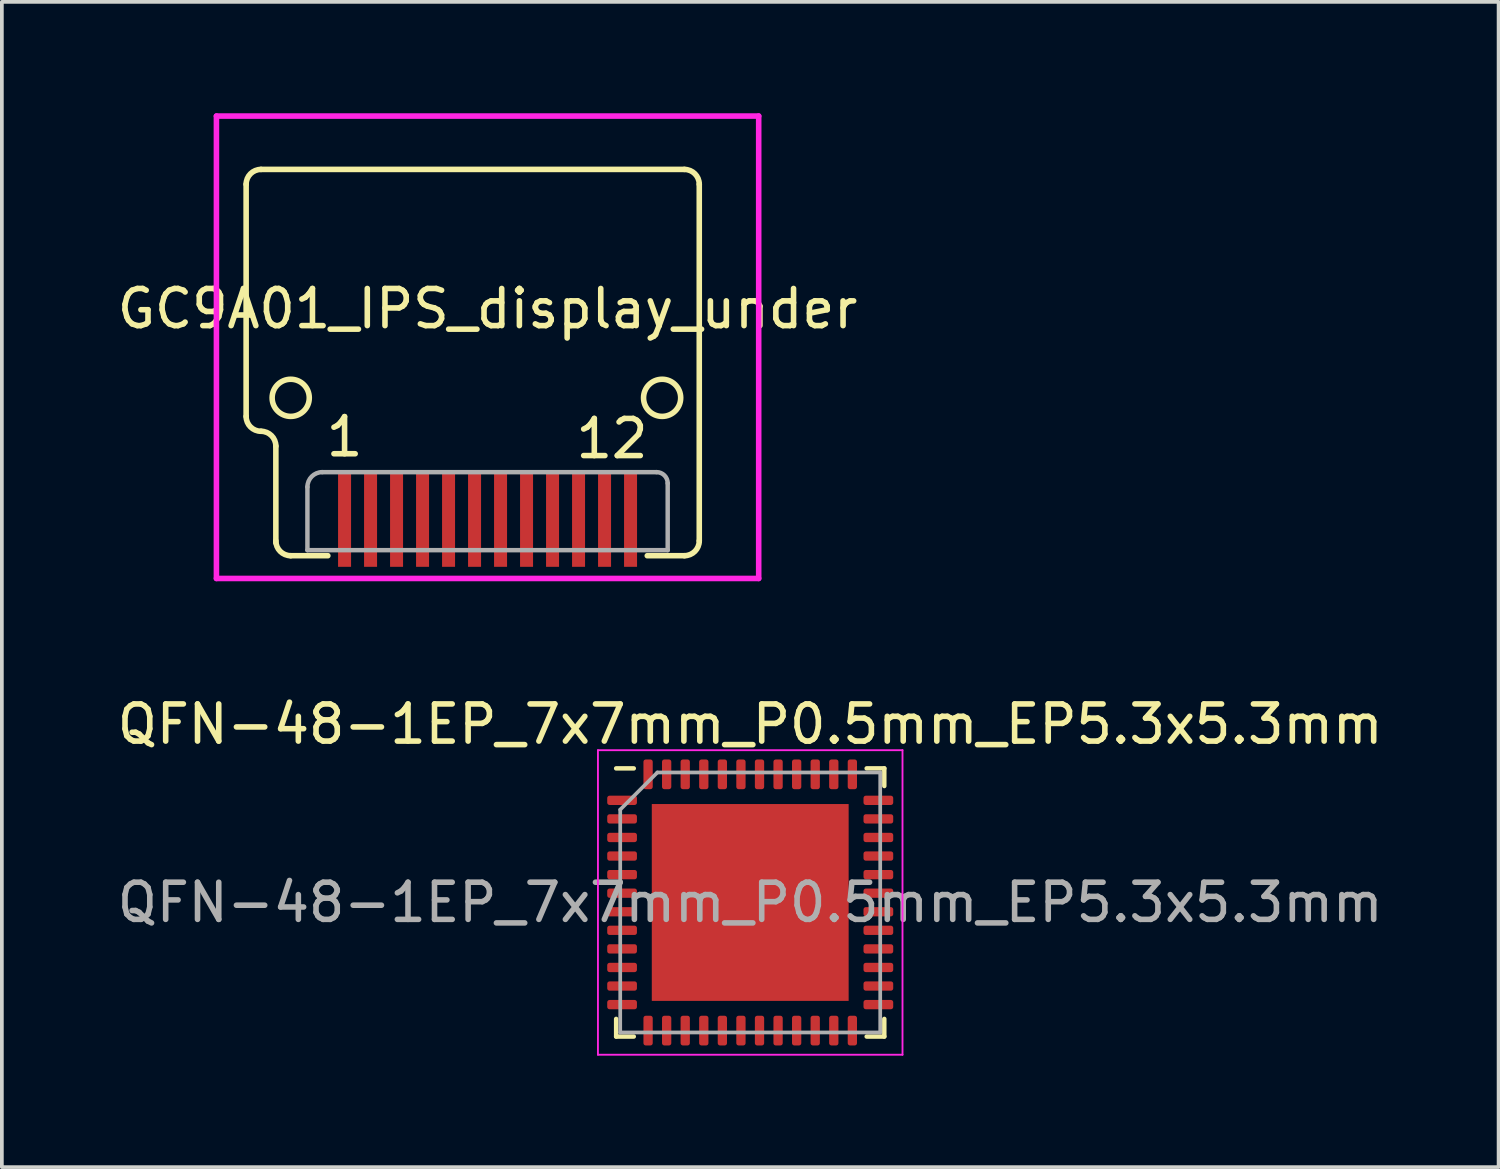
<source format=kicad_pcb>
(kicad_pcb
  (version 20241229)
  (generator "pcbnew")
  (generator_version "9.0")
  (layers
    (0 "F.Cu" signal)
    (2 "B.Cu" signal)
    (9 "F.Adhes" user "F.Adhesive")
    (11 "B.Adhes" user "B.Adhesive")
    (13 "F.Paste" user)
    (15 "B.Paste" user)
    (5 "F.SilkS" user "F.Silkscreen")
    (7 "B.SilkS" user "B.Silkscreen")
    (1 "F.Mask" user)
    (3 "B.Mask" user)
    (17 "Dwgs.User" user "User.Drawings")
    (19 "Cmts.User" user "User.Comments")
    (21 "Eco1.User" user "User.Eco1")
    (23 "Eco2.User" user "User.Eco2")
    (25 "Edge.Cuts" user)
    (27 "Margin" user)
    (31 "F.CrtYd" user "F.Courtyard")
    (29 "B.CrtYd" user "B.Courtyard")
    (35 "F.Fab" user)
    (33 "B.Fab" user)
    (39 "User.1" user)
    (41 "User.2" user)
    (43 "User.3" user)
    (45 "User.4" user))
  (footprint "QFN-48-1EP_7x7mm_P0.5mm_EP5.3x5.3mm"
    (layer "F.Cu")
    (at 17.149 21.248)
    (property "Reference" "QFN-48-1EP_7x7mm_P0.5mm_EP5.3x5.3mm" (at 0 -4.8 0) (layer "F.SilkS") (effects (font (size 1 1) (thickness 0.15))))
    (attr smd)
    (fp_line (start -3.61 3.61) (end -3.61 3.135) (stroke (width 0.12) (type solid)) (layer "F.SilkS"))
    (fp_line (start -3.135 -3.61) (end -3.61 -3.61) (stroke (width 0.12) (type solid)) (layer "F.SilkS"))
    (fp_line (start -3.135 3.61) (end -3.61 3.61) (stroke (width 0.12) (type solid)) (layer "F.SilkS"))
    (fp_line (start 3.135 -3.61) (end 3.61 -3.61) (stroke (width 0.12) (type solid)) (layer "F.SilkS"))
    (fp_line (start 3.135 3.61) (end 3.61 3.61) (stroke (width 0.12) (type solid)) (layer "F.SilkS"))
    (fp_line (start 3.61 -3.61) (end 3.61 -3.135) (stroke (width 0.12) (type solid)) (layer "F.SilkS"))
    (fp_line (start 3.61 3.61) (end 3.61 3.135) (stroke (width 0.12) (type solid)) (layer "F.SilkS"))
    (fp_line (start -4.1 -4.1) (end -4.1 4.1) (stroke (width 0.05) (type solid)) (layer "F.CrtYd"))
    (fp_line (start -4.1 4.1) (end 4.1 4.1) (stroke (width 0.05) (type solid)) (layer "F.CrtYd"))
    (fp_line (start 4.1 -4.1) (end -4.1 -4.1) (stroke (width 0.05) (type solid)) (layer "F.CrtYd"))
    (fp_line (start 4.1 4.1) (end 4.1 -4.1) (stroke (width 0.05) (type solid)) (layer "F.CrtYd"))
    (fp_line (start -3.5 -2.5) (end -2.5 -3.5) (stroke (width 0.1) (type solid)) (layer "F.Fab"))
    (fp_line (start -3.5 3.5) (end -3.5 -2.5) (stroke (width 0.1) (type solid)) (layer "F.Fab"))
    (fp_line (start -2.5 -3.5) (end 3.5 -3.5) (stroke (width 0.1) (type solid)) (layer "F.Fab"))
    (fp_line (start 3.5 -3.5) (end 3.5 3.5) (stroke (width 0.1) (type solid)) (layer "F.Fab"))
    (fp_line (start 3.5 3.5) (end -3.5 3.5) (stroke (width 0.1) (type solid)) (layer "F.Fab"))
    (fp_text user "${REFERENCE}" (at 0 0 0) (layer "F.Fab") (effects (font (size 1 1) (thickness 0.15))))
    (pad "" smd roundrect (at -1.98 -1.98) (size 1.07 1.07) (layers "F.Paste") (roundrect_rratio 0.234))
    (pad "" smd roundrect (at -1.98 -0.66) (size 1.07 1.07) (layers "F.Paste") (roundrect_rratio 0.234))
    (pad "" smd roundrect (at -1.98 0.66) (size 1.07 1.07) (layers "F.Paste") (roundrect_rratio 0.234))
    (pad "" smd roundrect (at -1.98 1.98) (size 1.07 1.07) (layers "F.Paste") (roundrect_rratio 0.234))
    (pad "" smd roundrect (at -0.66 -1.98) (size 1.07 1.07) (layers "F.Paste") (roundrect_rratio 0.234))
    (pad "" smd roundrect (at -0.66 -0.66) (size 1.07 1.07) (layers "F.Paste") (roundrect_rratio 0.234))
    (pad "" smd roundrect (at -0.66 0.66) (size 1.07 1.07) (layers "F.Paste") (roundrect_rratio 0.234))
    (pad "" smd roundrect (at -0.66 1.98) (size 1.07 1.07) (layers "F.Paste") (roundrect_rratio 0.234))
    (pad "" smd roundrect (at 0.66 -1.98) (size 1.07 1.07) (layers "F.Paste") (roundrect_rratio 0.234))
    (pad "" smd roundrect (at 0.66 -0.66) (size 1.07 1.07) (layers "F.Paste") (roundrect_rratio 0.234))
    (pad "" smd roundrect (at 0.66 0.66) (size 1.07 1.07) (layers "F.Paste") (roundrect_rratio 0.234))
    (pad "" smd roundrect (at 0.66 1.98) (size 1.07 1.07) (layers "F.Paste") (roundrect_rratio 0.234))
    (pad "" smd roundrect (at 1.98 -1.98) (size 1.07 1.07) (layers "F.Paste") (roundrect_rratio 0.234))
    (pad "" smd roundrect (at 1.98 -0.66) (size 1.07 1.07) (layers "F.Paste") (roundrect_rratio 0.234))
    (pad "" smd roundrect (at 1.98 0.66) (size 1.07 1.07) (layers "F.Paste") (roundrect_rratio 0.234))
    (pad "" smd roundrect (at 1.98 1.98) (size 1.07 1.07) (layers "F.Paste") (roundrect_rratio 0.234))
    (pad "1" smd roundrect (at -3.45 -2.75) (size 0.8 0.25) (layers "F.Cu" "F.Mask" "F.Paste") (roundrect_rratio 0.25))
    (pad "2" smd roundrect (at -3.45 -2.25) (size 0.8 0.25) (layers "F.Cu" "F.Mask" "F.Paste") (roundrect_rratio 0.25))
    (pad "3" smd roundrect (at -3.45 -1.75) (size 0.8 0.25) (layers "F.Cu" "F.Mask" "F.Paste") (roundrect_rratio 0.25))
    (pad "4" smd roundrect (at -3.45 -1.25) (size 0.8 0.25) (layers "F.Cu" "F.Mask" "F.Paste") (roundrect_rratio 0.25))
    (pad "5" smd roundrect (at -3.45 -0.75) (size 0.8 0.25) (layers "F.Cu" "F.Mask" "F.Paste") (roundrect_rratio 0.25))
    (pad "6" smd roundrect (at -3.45 -0.25) (size 0.8 0.25) (layers "F.Cu" "F.Mask" "F.Paste") (roundrect_rratio 0.25))
    (pad "7" smd roundrect (at -3.45 0.25) (size 0.8 0.25) (layers "F.Cu" "F.Mask" "F.Paste") (roundrect_rratio 0.25))
    (pad "8" smd roundrect (at -3.45 0.75) (size 0.8 0.25) (layers "F.Cu" "F.Mask" "F.Paste") (roundrect_rratio 0.25))
    (pad "9" smd roundrect (at -3.45 1.25) (size 0.8 0.25) (layers "F.Cu" "F.Mask" "F.Paste") (roundrect_rratio 0.25))
    (pad "10" smd roundrect (at -3.45 1.75) (size 0.8 0.25) (layers "F.Cu" "F.Mask" "F.Paste") (roundrect_rratio 0.25))
    (pad "11" smd roundrect (at -3.45 2.25) (size 0.8 0.25) (layers "F.Cu" "F.Mask" "F.Paste") (roundrect_rratio 0.25))
    (pad "12" smd roundrect (at -3.45 2.75) (size 0.8 0.25) (layers "F.Cu" "F.Mask" "F.Paste") (roundrect_rratio 0.25))
    (pad "13" smd roundrect (at -2.75 3.45) (size 0.25 0.8) (layers "F.Cu" "F.Mask" "F.Paste") (roundrect_rratio 0.25))
    (pad "14" smd roundrect (at -2.25 3.45) (size 0.25 0.8) (layers "F.Cu" "F.Mask" "F.Paste") (roundrect_rratio 0.25))
    (pad "15" smd roundrect (at -1.75 3.45) (size 0.25 0.8) (layers "F.Cu" "F.Mask" "F.Paste") (roundrect_rratio 0.25))
    (pad "16" smd roundrect (at -1.25 3.45) (size 0.25 0.8) (layers "F.Cu" "F.Mask" "F.Paste") (roundrect_rratio 0.25))
    (pad "17" smd roundrect (at -0.75 3.45) (size 0.25 0.8) (layers "F.Cu" "F.Mask" "F.Paste") (roundrect_rratio 0.25))
    (pad "18" smd roundrect (at -0.25 3.45) (size 0.25 0.8) (layers "F.Cu" "F.Mask" "F.Paste") (roundrect_rratio 0.25))
    (pad "19" smd roundrect (at 0.25 3.45) (size 0.25 0.8) (layers "F.Cu" "F.Mask" "F.Paste") (roundrect_rratio 0.25))
    (pad "20" smd roundrect (at 0.75 3.45) (size 0.25 0.8) (layers "F.Cu" "F.Mask" "F.Paste") (roundrect_rratio 0.25))
    (pad "21" smd roundrect (at 1.25 3.45) (size 0.25 0.8) (layers "F.Cu" "F.Mask" "F.Paste") (roundrect_rratio 0.25))
    (pad "22" smd roundrect (at 1.75 3.45) (size 0.25 0.8) (layers "F.Cu" "F.Mask" "F.Paste") (roundrect_rratio 0.25))
    (pad "23" smd roundrect (at 2.25 3.45) (size 0.25 0.8) (layers "F.Cu" "F.Mask" "F.Paste") (roundrect_rratio 0.25))
    (pad "24" smd roundrect (at 2.75 3.45) (size 0.25 0.8) (layers "F.Cu" "F.Mask" "F.Paste") (roundrect_rratio 0.25))
    (pad "25" smd roundrect (at 3.45 2.75) (size 0.8 0.25) (layers "F.Cu" "F.Mask" "F.Paste") (roundrect_rratio 0.25))
    (pad "26" smd roundrect (at 3.45 2.25) (size 0.8 0.25) (layers "F.Cu" "F.Mask" "F.Paste") (roundrect_rratio 0.25))
    (pad "27" smd roundrect (at 3.45 1.75) (size 0.8 0.25) (layers "F.Cu" "F.Mask" "F.Paste") (roundrect_rratio 0.25))
    (pad "28" smd roundrect (at 3.45 1.25) (size 0.8 0.25) (layers "F.Cu" "F.Mask" "F.Paste") (roundrect_rratio 0.25))
    (pad "29" smd roundrect (at 3.45 0.75) (size 0.8 0.25) (layers "F.Cu" "F.Mask" "F.Paste") (roundrect_rratio 0.25))
    (pad "30" smd roundrect (at 3.45 0.25) (size 0.8 0.25) (layers "F.Cu" "F.Mask" "F.Paste") (roundrect_rratio 0.25))
    (pad "31" smd roundrect (at 3.45 -0.25) (size 0.8 0.25) (layers "F.Cu" "F.Mask" "F.Paste") (roundrect_rratio 0.25))
    (pad "32" smd roundrect (at 3.45 -0.75) (size 0.8 0.25) (layers "F.Cu" "F.Mask" "F.Paste") (roundrect_rratio 0.25))
    (pad "33" smd roundrect (at 3.45 -1.25) (size 0.8 0.25) (layers "F.Cu" "F.Mask" "F.Paste") (roundrect_rratio 0.25))
    (pad "34" smd roundrect (at 3.45 -1.75) (size 0.8 0.25) (layers "F.Cu" "F.Mask" "F.Paste") (roundrect_rratio 0.25))
    (pad "35" smd roundrect (at 3.45 -2.25) (size 0.8 0.25) (layers "F.Cu" "F.Mask" "F.Paste") (roundrect_rratio 0.25))
    (pad "36" smd roundrect (at 3.45 -2.75) (size 0.8 0.25) (layers "F.Cu" "F.Mask" "F.Paste") (roundrect_rratio 0.25))
    (pad "37" smd roundrect (at 2.75 -3.45) (size 0.25 0.8) (layers "F.Cu" "F.Mask" "F.Paste") (roundrect_rratio 0.25))
    (pad "38" smd roundrect (at 2.25 -3.45) (size 0.25 0.8) (layers "F.Cu" "F.Mask" "F.Paste") (roundrect_rratio 0.25))
    (pad "39" smd roundrect (at 1.75 -3.45) (size 0.25 0.8) (layers "F.Cu" "F.Mask" "F.Paste") (roundrect_rratio 0.25))
    (pad "40" smd roundrect (at 1.25 -3.45) (size 0.25 0.8) (layers "F.Cu" "F.Mask" "F.Paste") (roundrect_rratio 0.25))
    (pad "41" smd roundrect (at 0.75 -3.45) (size 0.25 0.8) (layers "F.Cu" "F.Mask" "F.Paste") (roundrect_rratio 0.25))
    (pad "42" smd roundrect (at 0.25 -3.45) (size 0.25 0.8) (layers "F.Cu" "F.Mask" "F.Paste") (roundrect_rratio 0.25))
    (pad "43" smd roundrect (at -0.25 -3.45) (size 0.25 0.8) (layers "F.Cu" "F.Mask" "F.Paste") (roundrect_rratio 0.25))
    (pad "44" smd roundrect (at -0.75 -3.45) (size 0.25 0.8) (layers "F.Cu" "F.Mask" "F.Paste") (roundrect_rratio 0.25))
    (pad "45" smd roundrect (at -1.25 -3.45) (size 0.25 0.8) (layers "F.Cu" "F.Mask" "F.Paste") (roundrect_rratio 0.25))
    (pad "46" smd roundrect (at -1.75 -3.45) (size 0.25 0.8) (layers "F.Cu" "F.Mask" "F.Paste") (roundrect_rratio 0.25))
    (pad "47" smd roundrect (at -2.25 -3.45) (size 0.25 0.8) (layers "F.Cu" "F.Mask" "F.Paste") (roundrect_rratio 0.25))
    (pad "48" smd roundrect (at -2.75 -3.45) (size 0.25 0.8) (layers "F.Cu" "F.Mask" "F.Paste") (roundrect_rratio 0.25))
    (pad "49" smd rect (at 0 0) (size 5.3 5.3) (layers "F.Cu" "F.Mask")))
  (footprint "GC9A01_IPS_display_under"
    (layer "F.Cu")
    (at 10.077 10.775)
    (property "Reference" "GC9A01_IPS_display_under" (at 0 -5.513 0) (layer "F.SilkS") (effects (font (size 1 1) (thickness 0.15))))
    (attr through_hole)
    (fp_line (start -6.5 -8.864) (end -6.5 -2.614) (stroke (width 0.15) (type solid)) (layer "F.SilkS"))
    (fp_line (start -6.1 -9.264) (end 5.3 -9.264) (stroke (width 0.15) (type solid)) (layer "F.SilkS"))
    (fp_line (start -5.7 -1.813) (end -5.7 0.786) (stroke (width 0.15) (type solid)) (layer "F.SilkS"))
    (fp_line (start -4.3 1.137) (end -5.3 1.137) (stroke (width 0.15) (type solid)) (layer "F.SilkS"))
    (fp_line (start 5.3 1.137) (end 4.3 1.137) (stroke (width 0.15) (type solid)) (layer "F.SilkS"))
    (fp_line (start 5.7 -8.864) (end 5.7 0.737) (stroke (width 0.15) (type solid)) (layer "F.SilkS"))
    (fp_arc (start -6.5 -8.8635) (mid -6.382843 -9.146343) (end -6.1 -9.2635) (stroke (width 0.15) (type solid)) (layer "F.SilkS"))
    (fp_arc (start -6.1 -2.2135) (mid -6.382843 -2.330657) (end -6.5 -2.6135) (stroke (width 0.15) (type solid)) (layer "F.SilkS"))
    (fp_arc (start -6.1 -2.2135) (mid -5.817157 -2.096343) (end -5.7 -1.8135) (stroke (width 0.15) (type solid)) (layer "F.SilkS"))
    (fp_arc (start -5.3 1.1365) (mid -5.582843 1.019343) (end -5.7 0.7365) (stroke (width 0.15) (type solid)) (layer "F.SilkS"))
    (fp_arc (start 5.3 -9.2635) (mid 5.582843 -9.146343) (end 5.7 -8.8635) (stroke (width 0.15) (type solid)) (layer "F.SilkS"))
    (fp_arc (start 5.7 0.7365) (mid 5.582843 1.019343) (end 5.3 1.1365) (stroke (width 0.15) (type solid)) (layer "F.SilkS"))
    (fp_circle (center -5.3 -3.114) (end -5.8 -3.114) (stroke (width 0.15) (type solid)) (fill no) (layer "F.SilkS"))
    (fp_circle (center 4.7 -3.114) (end 4.2 -3.114) (stroke (width 0.15) (type solid)) (fill no) (layer "F.SilkS"))
    (fp_line (start -7.3 -10.7) (end -7.3 1.75) (stroke (width 0.15) (type solid)) (layer "F.CrtYd"))
    (fp_line (start -7.3 1.75) (end 7.3 1.75) (stroke (width 0.15) (type solid)) (layer "F.CrtYd"))
    (fp_line (start 7.3 -10.7) (end -7.3 -10.7) (stroke (width 0.15) (type solid)) (layer "F.CrtYd"))
    (fp_line (start 7.3 1.75) (end 7.3 -10.7) (stroke (width 0.15) (type solid)) (layer "F.CrtYd"))
    (fp_line (start -4.85 0.987) (end -4.85 -0.714) (stroke (width 0.12) (type solid)) (layer "F.Fab"))
    (fp_line (start 4.55 -1.113) (end -4.45 -1.113) (stroke (width 0.12) (type solid)) (layer "F.Fab"))
    (fp_line (start 4.85 0.987) (end -4.85 0.987) (stroke (width 0.12) (type solid)) (layer "F.Fab"))
    (fp_line (start 4.85 0.987) (end 4.85 -0.814) (stroke (width 0.12) (type solid)) (layer "F.Fab"))
    (fp_arc (start -4.85 -0.7135) (mid -4.732843 -0.996343) (end -4.45 -1.1135) (stroke (width 0.12) (type solid)) (layer "F.Fab"))
    (fp_arc (start 4.55 -1.1135) (mid 4.762132 -1.025632) (end 4.85 -0.8135) (stroke (width 0.12) (type solid)) (layer "F.Fab"))
    (fp_text user "12" (at 3.35 -2.014 0) (layer "F.SilkS") (effects (font (size 1 1) (thickness 0.15))))
    (fp_text user "1" (at -3.85 -2.063 0) (layer "F.SilkS") (effects (font (size 1 1) (thickness 0.15))))
    (pad "1" smd rect (at -3.85 0.186) (size 0.35 2.5) (layers "F.Cu" "F.Mask" "F.Paste"))
    (pad "2" smd rect (at -3.15 0.186) (size 0.35 2.5) (layers "F.Cu" "F.Mask" "F.Paste"))
    (pad "3" smd rect (at -2.45 0.186) (size 0.35 2.5) (layers "F.Cu" "F.Mask" "F.Paste"))
    (pad "4" smd rect (at -1.75 0.186) (size 0.35 2.5) (layers "F.Cu" "F.Mask" "F.Paste"))
    (pad "5" smd rect (at -1.05 0.186) (size 0.35 2.5) (layers "F.Cu" "F.Mask" "F.Paste"))
    (pad "6" smd rect (at -0.35 0.186) (size 0.35 2.5) (layers "F.Cu" "F.Mask" "F.Paste"))
    (pad "7" smd rect (at 0.35 0.186) (size 0.35 2.5) (layers "F.Cu" "F.Mask" "F.Paste"))
    (pad "8" smd rect (at 1.05 0.186) (size 0.35 2.5) (layers "F.Cu" "F.Mask" "F.Paste"))
    (pad "9" smd rect (at 1.75 0.186) (size 0.35 2.5) (layers "F.Cu" "F.Mask" "F.Paste"))
    (pad "10" smd rect (at 2.45 0.186) (size 0.35 2.5) (layers "F.Cu" "F.Mask" "F.Paste"))
    (pad "11" smd rect (at 3.15 0.186) (size 0.35 2.5) (layers "F.Cu" "F.Mask" "F.Paste"))
    (pad "12" smd rect (at 3.85 0.186) (size 0.35 2.5) (layers "F.Cu" "F.Mask" "F.Paste")))
  (gr_rect
    (start -3 -3)
    (end 37.298 28.373)
    (stroke (width 0.1) (type default))
    (fill no)
    (layer "Edge.Cuts")))
</source>
